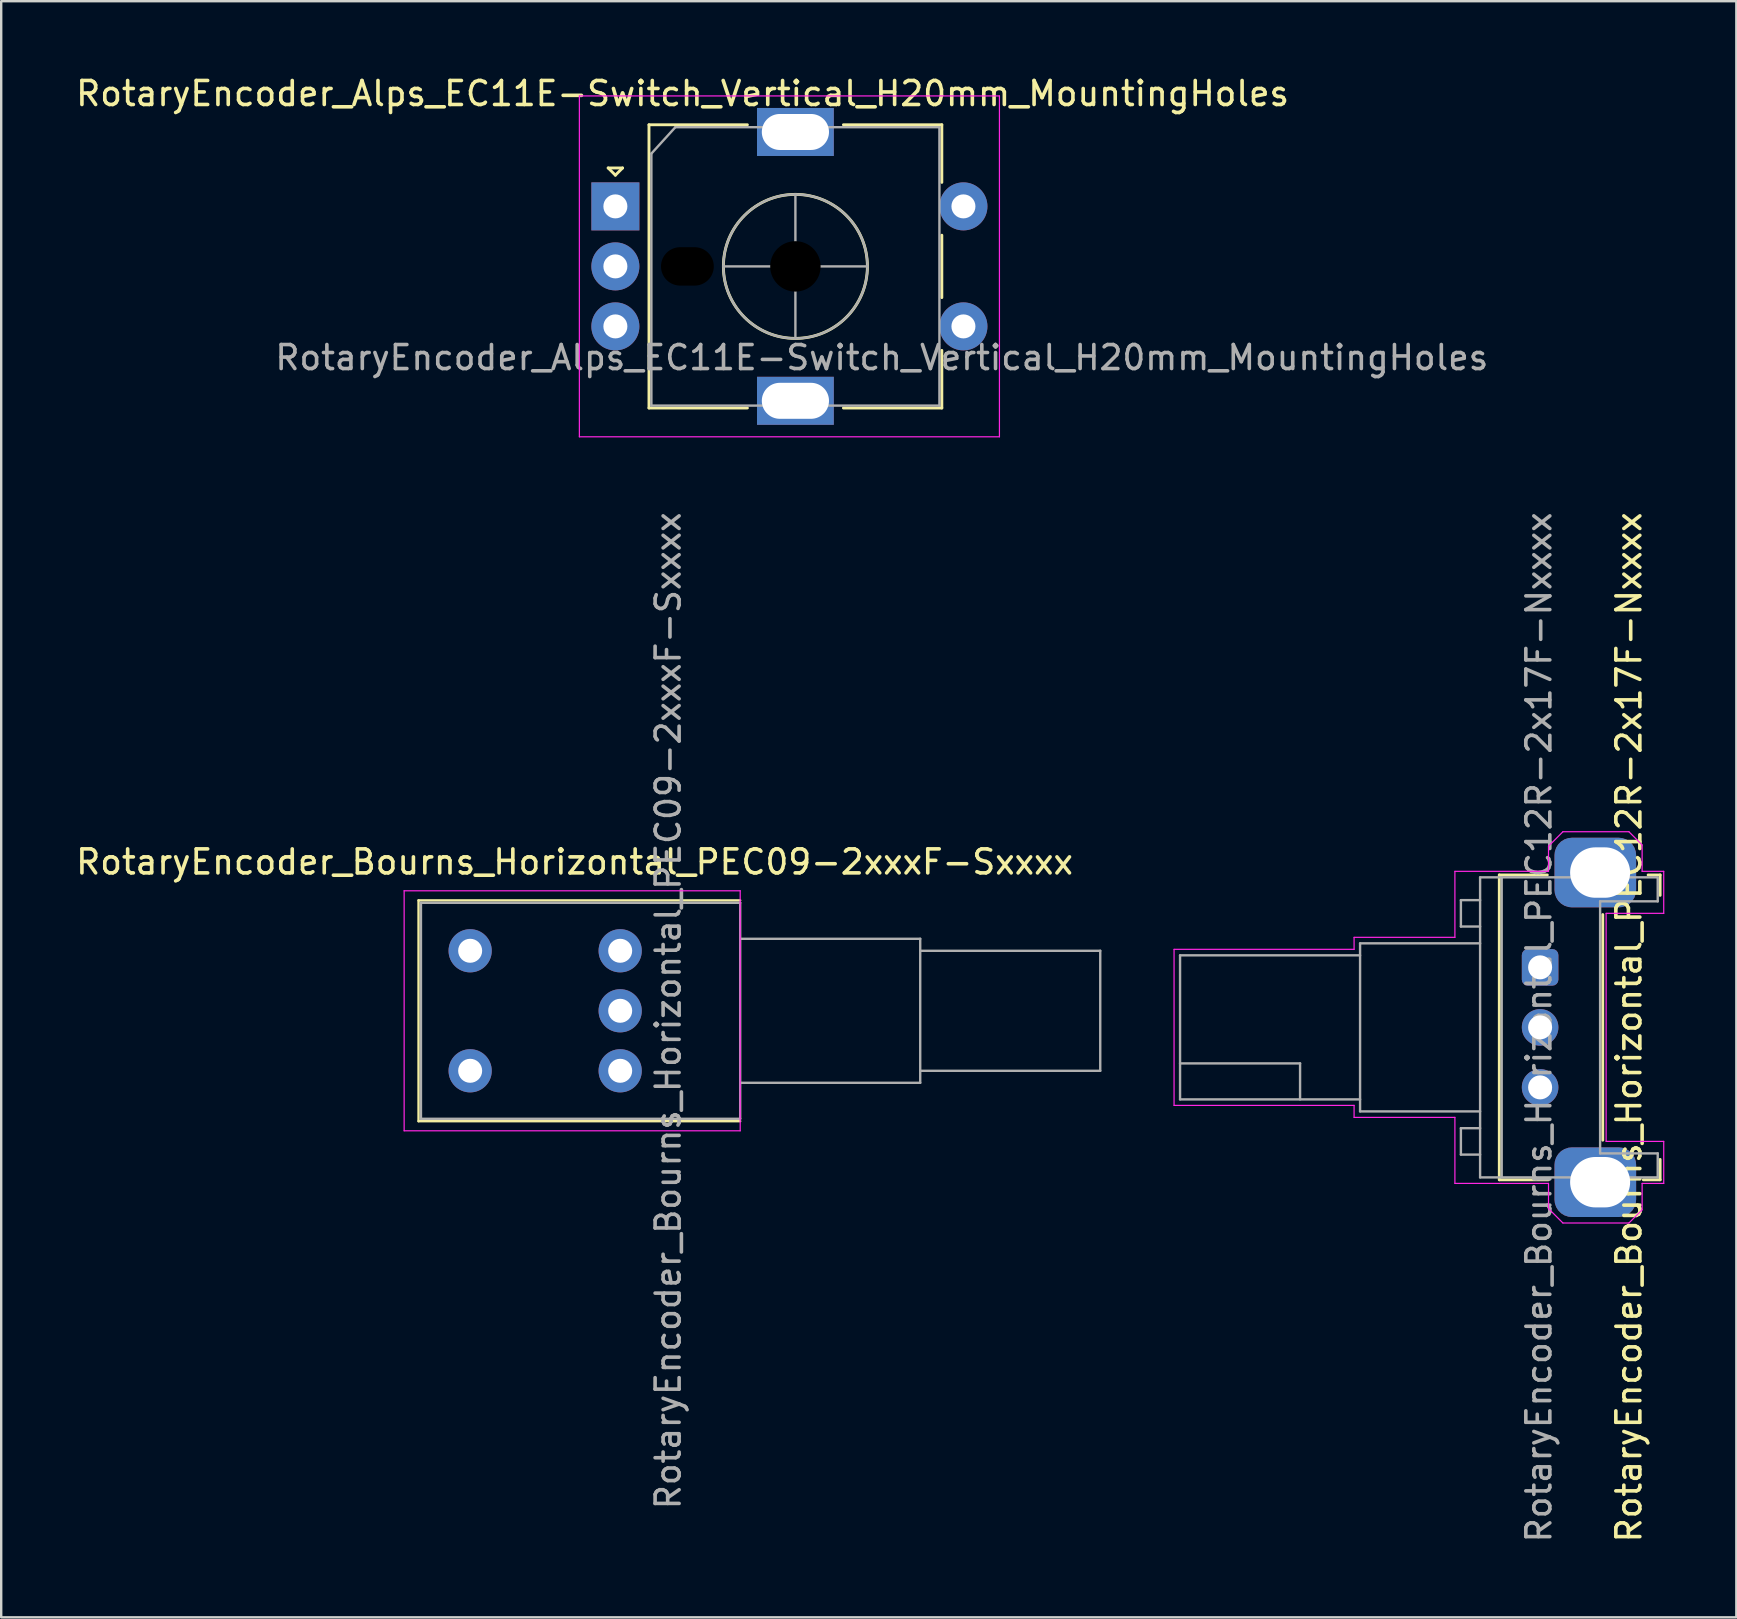
<source format=kicad_pcb>
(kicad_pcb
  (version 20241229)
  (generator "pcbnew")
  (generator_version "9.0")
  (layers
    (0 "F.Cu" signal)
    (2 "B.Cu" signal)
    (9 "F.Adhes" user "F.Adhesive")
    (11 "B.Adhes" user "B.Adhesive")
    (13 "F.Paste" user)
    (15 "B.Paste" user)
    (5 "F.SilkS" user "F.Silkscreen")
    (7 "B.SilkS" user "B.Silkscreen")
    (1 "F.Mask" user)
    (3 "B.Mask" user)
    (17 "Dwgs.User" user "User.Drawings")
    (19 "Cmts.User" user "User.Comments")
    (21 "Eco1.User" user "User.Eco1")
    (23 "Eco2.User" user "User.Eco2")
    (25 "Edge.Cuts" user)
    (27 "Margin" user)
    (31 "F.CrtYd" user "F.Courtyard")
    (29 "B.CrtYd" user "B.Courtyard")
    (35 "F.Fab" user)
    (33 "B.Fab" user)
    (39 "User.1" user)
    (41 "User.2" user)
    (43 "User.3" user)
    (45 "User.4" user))
  (footprint "RotaryEncoder_Bourns_Horizontal_PEC09-2xxxF-Sxxxx"
    (layer "F.Cu")
    (at 22.787 41.56)
    (property "Reference" "RotaryEncoder_Bourns_Horizontal_PEC09-2xxxF-Sxxxx" (at -1.9 -8.7 0) (layer "F.SilkS") (effects (font (size 1 1) (thickness 0.15))))
    (attr through_hole)
    (fp_line (start -8.4 -7.1) (end -8.4 2.1) (stroke (width 0.1) (type solid)) (layer "F.SilkS"))
    (fp_line (start -8.4 2.1) (end 5 2.1) (stroke (width 0.1) (type solid)) (layer "F.SilkS"))
    (fp_line (start 5 -7.1) (end -8.4 -7.1) (stroke (width 0.1) (type solid)) (layer "F.SilkS"))
    (fp_line (start -9 -7.5) (end 5 -7.5) (stroke (width 0.05) (type solid)) (layer "F.CrtYd"))
    (fp_line (start -9 2.5) (end -9 -7.5) (stroke (width 0.05) (type solid)) (layer "F.CrtYd"))
    (fp_line (start 5 -7.5) (end 5 2.5) (stroke (width 0.05) (type solid)) (layer "F.CrtYd"))
    (fp_line (start 5 2.5) (end -9 2.5) (stroke (width 0.05) (type solid)) (layer "F.CrtYd"))
    (fp_line (start -8.3 -7) (end -8.3 2) (stroke (width 0.1) (type solid)) (layer "F.Fab"))
    (fp_line (start 5 -7) (end -8.3 -7) (stroke (width 0.1) (type solid)) (layer "F.Fab"))
    (fp_line (start 5 -7) (end 5 2) (stroke (width 0.1) (type solid)) (layer "F.Fab"))
    (fp_line (start 5 -5.5) (end 12.5 -5.5) (stroke (width 0.1) (type solid)) (layer "F.Fab"))
    (fp_line (start 5 2) (end -8.3 2) (stroke (width 0.1) (type solid)) (layer "F.Fab"))
    (fp_line (start 12.5 -5.5) (end 12.5 0.5) (stroke (width 0.1) (type solid)) (layer "F.Fab"))
    (fp_line (start 12.5 -5) (end 20 -5) (stroke (width 0.1) (type solid)) (layer "F.Fab"))
    (fp_line (start 12.5 0.5) (end 5 0.5) (stroke (width 0.1) (type solid)) (layer "F.Fab"))
    (fp_line (start 20 -5) (end 20 0) (stroke (width 0.1) (type solid)) (layer "F.Fab"))
    (fp_line (start 20 0) (end 12.5 0) (stroke (width 0.1) (type solid)) (layer "F.Fab"))
    (fp_text user "${REFERENCE}" (at 2 -2.5 90) (layer "F.Fab") (effects (font (size 1 1) (thickness 0.15))))
    (pad "A" thru_hole circle (at 0 0) (size 1.8 1.8) (drill 1) (layers "*.Cu" "*.Mask"))
    (pad "B" thru_hole circle (at 0 -5) (size 1.8 1.8) (drill 1) (layers "*.Cu" "*.Mask"))
    (pad "C" thru_hole circle (at 0 -2.5) (size 1.8 1.8) (drill 1) (layers "*.Cu" "*.Mask"))
    (pad "S1" thru_hole circle (at -6.25 0) (size 1.8 1.8) (drill 1) (layers "*.Cu" "*.Mask"))
    (pad "S2" thru_hole circle (at -6.25 -5) (size 1.8 1.8) (drill 1) (layers "*.Cu" "*.Mask")))
  (footprint "RotaryEncoder_Alps_EC11E-Switch_Vertical_H20mm_MountingHoles"
    (layer "F.Cu")
    (at 22.587 5.548)
    (property "Reference" "RotaryEncoder_Alps_EC11E-Switch_Vertical_H20mm_MountingHoles" (at 2.8 -4.7 0) (layer "F.SilkS") (effects (font (size 1 1) (thickness 0.15))))
    (attr through_hole)
    (fp_line (start -0.3 -1.6) (end 0.3 -1.6) (stroke (width 0.12) (type solid)) (layer "F.SilkS"))
    (fp_line (start 0 -1.3) (end -0.3 -1.6) (stroke (width 0.12) (type solid)) (layer "F.SilkS"))
    (fp_line (start 0.3 -1.6) (end 0 -1.3) (stroke (width 0.12) (type solid)) (layer "F.SilkS"))
    (fp_line (start 1.4 -3.4) (end 1.4 8.4) (stroke (width 0.12) (type solid)) (layer "F.SilkS"))
    (fp_line (start 5.5 -3.4) (end 1.4 -3.4) (stroke (width 0.12) (type solid)) (layer "F.SilkS"))
    (fp_line (start 5.5 8.4) (end 1.4 8.4) (stroke (width 0.12) (type solid)) (layer "F.SilkS"))
    (fp_line (start 9.5 -3.4) (end 13.6 -3.4) (stroke (width 0.12) (type solid)) (layer "F.SilkS"))
    (fp_line (start 13.6 -3.4) (end 13.6 -1) (stroke (width 0.12) (type solid)) (layer "F.SilkS"))
    (fp_line (start 13.6 1.2) (end 13.6 3.8) (stroke (width 0.12) (type solid)) (layer "F.SilkS"))
    (fp_line (start 13.6 6) (end 13.6 8.4) (stroke (width 0.12) (type solid)) (layer "F.SilkS"))
    (fp_line (start 13.6 8.4) (end 9.5 8.4) (stroke (width 0.12) (type solid)) (layer "F.SilkS"))
    (fp_circle (center 7.5 2.5) (end 10.5 2.5) (stroke (width 0.12) (type solid)) (fill no) (layer "F.SilkS"))
    (fp_line (start -1.5 -4.6) (end -1.5 9.6) (stroke (width 0.05) (type solid)) (layer "F.CrtYd"))
    (fp_line (start -1.5 -4.6) (end 16 -4.6) (stroke (width 0.05) (type solid)) (layer "F.CrtYd"))
    (fp_line (start 16 9.6) (end -1.5 9.6) (stroke (width 0.05) (type solid)) (layer "F.CrtYd"))
    (fp_line (start 16 9.6) (end 16 -4.6) (stroke (width 0.05) (type solid)) (layer "F.CrtYd"))
    (fp_line (start 1.5 -2.2) (end 2.5 -3.3) (stroke (width 0.1) (type solid)) (layer "F.Fab"))
    (fp_line (start 1.5 8.3) (end 1.5 -2.2) (stroke (width 0.1) (type solid)) (layer "F.Fab"))
    (fp_line (start 2.5 -3.3) (end 13.5 -3.3) (stroke (width 0.1) (type solid)) (layer "F.Fab"))
    (fp_line (start 4.5 2.5) (end 10.5 2.5) (stroke (width 0.1) (type solid)) (layer "F.Fab"))
    (fp_line (start 7.5 -0.5) (end 7.5 5.5) (stroke (width 0.1) (type solid)) (layer "F.Fab"))
    (fp_line (start 13.5 -3.3) (end 13.5 8.3) (stroke (width 0.1) (type solid)) (layer "F.Fab"))
    (fp_line (start 13.5 8.3) (end 1.5 8.3) (stroke (width 0.1) (type solid)) (layer "F.Fab"))
    (fp_circle (center 7.5 2.5) (end 10.5 2.5) (stroke (width 0.1) (type solid)) (fill no) (layer "F.Fab"))
    (fp_text user "${REFERENCE}" (at 11.1 6.3 0) (layer "F.Fab") (effects (font (size 1 1) (thickness 0.15))))
    (pad "" np_thru_hole oval (at 3 2.5) (size 2.2 1.6) (drill oval 2.2 1.6) (layers "*.Mask"))
    (pad "" np_thru_hole circle (at 7.5 2.5) (size 2.1 2.1) (drill 2.1) (layers "*.Mask"))
    (pad "A" thru_hole rect (at 0 0) (size 2 2) (drill 1) (layers "*.Cu" "*.Mask"))
    (pad "B" thru_hole circle (at 0 5) (size 2 2) (drill 1) (layers "*.Cu" "*.Mask"))
    (pad "C" thru_hole circle (at 0 2.5) (size 2 2) (drill 1) (layers "*.Cu" "*.Mask"))
    (pad "MP" thru_hole rect (at 7.5 -3.1) (size 3.2 2) (drill oval 2.8 1.5) (layers "*.Cu" "*.Mask"))
    (pad "MP" thru_hole rect (at 7.5 8.1) (size 3.2 2) (drill oval 2.8 1.5) (layers "*.Cu" "*.Mask"))
    (pad "S1" thru_hole circle (at 14.5 5) (size 2 2) (drill 1) (layers "*.Cu" "*.Mask"))
    (pad "S2" thru_hole circle (at 14.5 0) (size 2 2) (drill 1) (layers "*.Cu" "*.Mask")))
  (footprint "RotaryEncoder_Bourns_Horizontal_PEC12R-2x17F-Nxxxx"
    (layer "F.Cu")
    (at 61.112 37.251)
    (property "Reference" "RotaryEncoder_Bourns_Horizontal_PEC12R-2x17F-Nxxxx" (at 3.7 2.5 270) (layer "F.SilkS") (effects (font (size 1 1) (thickness 0.15))))
    (attr through_hole)
    (fp_line (start -1.7 -3.85) (end -1.7 8.85) (stroke (width 0.12) (type solid)) (layer "F.SilkS"))
    (fp_line (start -1.7 8.85) (end 0.35 8.85) (stroke (width 0.12) (type solid)) (layer "F.SilkS"))
    (fp_line (start 0.3 -3.85) (end -1.7 -3.85) (stroke (width 0.12) (type solid)) (layer "F.SilkS"))
    (fp_line (start 2.61 -2.2) (end 2.61 7.2) (stroke (width 0.12) (type solid)) (layer "F.SilkS"))
    (fp_line (start 4.3 8.85) (end 5 8.85) (stroke (width 0.12) (type solid)) (layer "F.SilkS"))
    (fp_line (start 5 -3.85) (end 4.5 -3.85) (stroke (width 0.12) (type solid)) (layer "F.SilkS"))
    (fp_line (start 5 -3) (end 5 -3.85) (stroke (width 0.12) (type solid)) (layer "F.SilkS"))
    (fp_line (start 5 8.85) (end 5 8) (stroke (width 0.12) (type solid)) (layer "F.SilkS"))
    (fp_line (start -15.25 -0.75) (end -15.25 5.75) (stroke (width 0.05) (type default)) (layer "F.CrtYd"))
    (fp_line (start -15.25 5.75) (end -7.75 5.75) (stroke (width 0.05) (type default)) (layer "F.CrtYd"))
    (fp_line (start -7.75 -1.25) (end -3.55 -1.25) (stroke (width 0.05) (type default)) (layer "F.CrtYd"))
    (fp_line (start -7.75 -0.75) (end -15.25 -0.75) (stroke (width 0.05) (type default)) (layer "F.CrtYd"))
    (fp_line (start -7.75 -0.75) (end -7.75 -1.25) (stroke (width 0.05) (type default)) (layer "F.CrtYd"))
    (fp_line (start -7.75 5.75) (end -7.75 6.25) (stroke (width 0.05) (type default)) (layer "F.CrtYd"))
    (fp_line (start -7.75 6.25) (end -3.55 6.25) (stroke (width 0.05) (type default)) (layer "F.CrtYd"))
    (fp_line (start -3.55 -4) (end 0.35 -4) (stroke (width 0.05) (type solid)) (layer "F.CrtYd"))
    (fp_line (start -3.55 -1.25) (end -3.55 -4) (stroke (width 0.05) (type solid)) (layer "F.CrtYd"))
    (fp_line (start -3.55 9) (end -3.55 6.25) (stroke (width 0.05) (type solid)) (layer "F.CrtYd"))
    (fp_line (start 0.35 -5.05) (end 0.95 -5.65) (stroke (width 0.05) (type default)) (layer "F.CrtYd"))
    (fp_line (start 0.35 -4) (end 0.35 -5.05) (stroke (width 0.05) (type default)) (layer "F.CrtYd"))
    (fp_line (start 0.35 9) (end -3.55 9) (stroke (width 0.05) (type solid)) (layer "F.CrtYd"))
    (fp_line (start 0.35 10.05) (end 0.35 9) (stroke (width 0.05) (type default)) (layer "F.CrtYd"))
    (fp_line (start 0.35 10.05) (end 0.95 10.65) (stroke (width 0.05) (type default)) (layer "F.CrtYd"))
    (fp_line (start 2.75 -2.25) (end 5.15 -2.25) (stroke (width 0.05) (type default)) (layer "F.CrtYd"))
    (fp_line (start 2.75 7.25) (end 2.75 -2.25) (stroke (width 0.05) (type default)) (layer "F.CrtYd"))
    (fp_line (start 3.7 -5.65) (end 0.95 -5.65) (stroke (width 0.05) (type default)) (layer "F.CrtYd"))
    (fp_line (start 3.7 -5.65) (end 4.25 -5.1) (stroke (width 0.05) (type default)) (layer "F.CrtYd"))
    (fp_line (start 3.7 10.65) (end 0.95 10.65) (stroke (width 0.05) (type default)) (layer "F.CrtYd"))
    (fp_line (start 3.7 10.65) (end 4.25 10.1) (stroke (width 0.05) (type default)) (layer "F.CrtYd"))
    (fp_line (start 4.25 -4) (end 4.25 -5.1) (stroke (width 0.05) (type default)) (layer "F.CrtYd"))
    (fp_line (start 4.25 9) (end 4.25 10.1) (stroke (width 0.05) (type default)) (layer "F.CrtYd"))
    (fp_line (start 5.15 -4) (end 4.25 -4) (stroke (width 0.05) (type solid)) (layer "F.CrtYd"))
    (fp_line (start 5.15 -4) (end 5.15 -2.25) (stroke (width 0.05) (type solid)) (layer "F.CrtYd"))
    (fp_line (start 5.15 7.25) (end 2.75 7.25) (stroke (width 0.05) (type default)) (layer "F.CrtYd"))
    (fp_line (start 5.15 7.25) (end 5.15 9) (stroke (width 0.05) (type solid)) (layer "F.CrtYd"))
    (fp_line (start 5.15 9) (end 4.25 9) (stroke (width 0.05) (type solid)) (layer "F.CrtYd"))
    (fp_line (start -15 -0.5) (end -15 5.5) (stroke (width 0.1) (type default)) (layer "F.Fab"))
    (fp_line (start -15 4) (end -10 4) (stroke (width 0.1) (type default)) (layer "F.Fab"))
    (fp_line (start -15 5.5) (end -7.5 5.5) (stroke (width 0.1) (type solid)) (layer "F.Fab"))
    (fp_line (start -10 4) (end -10 5.5) (stroke (width 0.1) (type default)) (layer "F.Fab"))
    (fp_line (start -7.5 -1) (end -7.5 6) (stroke (width 0.1) (type default)) (layer "F.Fab"))
    (fp_line (start -7.5 -1) (end -2.5 -1) (stroke (width 0.1) (type default)) (layer "F.Fab"))
    (fp_line (start -7.5 -0.5) (end -15 -0.5) (stroke (width 0.1) (type solid)) (layer "F.Fab"))
    (fp_line (start -7.5 6) (end -2.5 6) (stroke (width 0.1) (type default)) (layer "F.Fab"))
    (fp_line (start -3.3 -2.8) (end -2.5 -2.8) (stroke (width 0.1) (type default)) (layer "F.Fab"))
    (fp_line (start -3.3 -1.7) (end -3.3 -2.8) (stroke (width 0.1) (type default)) (layer "F.Fab"))
    (fp_line (start -3.3 6.7) (end -2.5 6.7) (stroke (width 0.1) (type default)) (layer "F.Fab"))
    (fp_line (start -3.3 7.8) (end -3.3 6.7) (stroke (width 0.1) (type default)) (layer "F.Fab"))
    (fp_line (start -2.5 -3.75) (end 4.9 -3.75) (stroke (width 0.1) (type solid)) (layer "F.Fab"))
    (fp_line (start -2.5 -1.7) (end -3.3 -1.7) (stroke (width 0.1) (type default)) (layer "F.Fab"))
    (fp_line (start -2.5 7.8) (end -3.3 7.8) (stroke (width 0.1) (type default)) (layer "F.Fab"))
    (fp_line (start -2.5 8.75) (end -2.5 -3.75) (stroke (width 0.1) (type solid)) (layer "F.Fab"))
    (fp_line (start -1.6 8.75) (end -1.6 -3.75) (stroke (width 0.1) (type solid)) (layer "F.Fab"))
    (fp_line (start 2.5 -2.75) (end 4.9 -2.75) (stroke (width 0.1) (type default)) (layer "F.Fab"))
    (fp_line (start 2.5 7.75) (end 2.5 -2.75) (stroke (width 0.1) (type default)) (layer "F.Fab"))
    (fp_line (start 2.5 7.75) (end 4.9 7.75) (stroke (width 0.1) (type default)) (layer "F.Fab"))
    (fp_line (start 4.9 -3.7) (end 4.9 -2.75) (stroke (width 0.1) (type solid)) (layer "F.Fab"))
    (fp_line (start 4.9 7.75) (end 4.9 8.75) (stroke (width 0.1) (type solid)) (layer "F.Fab"))
    (fp_line (start 4.9 8.75) (end -2.5 8.75) (stroke (width 0.1) (type solid)) (layer "F.Fab"))
    (fp_text user "${REFERENCE}" (at -0.05 2.5 90) (layer "F.Fab") (effects (font (size 1 1) (thickness 0.15))))
    (pad "A" thru_hole roundrect (at 0 0 270) (size 1.524 1.524) (drill 1) (layers "*.Cu" "*.Mask") (roundrect_rratio 0.164))
    (pad "B" thru_hole circle (at 0 5 270) (size 1.524 1.524) (drill 1) (layers "*.Cu" "*.Mask"))
    (pad "C" thru_hole circle (at 0 2.5 270) (size 1.524 1.524) (drill 1) (layers "*.Cu" "*.Mask"))
    (pad "SH" thru_hole roundrect (at 2.5 -3.95 180) (size 3.4 2.9) (drill oval 2.5 2.1 (offset 0.2 0)) (layers "*.Cu" "*.Mask") (roundrect_rratio 0.25))
    (pad "SH" thru_hole roundrect (at 2.5 8.95 180) (size 3.4 2.9) (drill oval 2.5 2.1 (offset 0.2 0)) (layers "*.Cu" "*.Mask") (roundrect_rratio 0.25))
    (zone (net_name "") (layer "F.Cu") (name "Shell contact") (hatch edge 0.5) (connect_pads) (min_thickness 0.25) (filled_areas_thickness no) (keepout (tracks not_allowed) (vias not_allowed) (pads not_allowed) (copperpour not_allowed) (footprints not_allowed)) (placement (enabled no)) (fill) (polygon (pts (xy 60.762 34.501) (xy 60.762 33.251) (xy 59.262 33.251) (xy 59.262 34.501))))
    (zone (net_name "") (layer "F.Cu") (name "Shell contact") (hatch edge 0.5) (connect_pads) (min_thickness 0.25) (filled_areas_thickness no) (keepout (tracks not_allowed) (vias not_allowed) (pads not_allowed) (copperpour not_allowed) (footprints not_allowed)) (placement (enabled no)) (fill) (polygon (pts (xy 60.762 46.251) (xy 60.762 45.001) (xy 59.262 45.001) (xy 59.262 46.251))))
    (zone (net_name "") (layer "F.Cu") (name "Shell contact") (hatch edge 0.5) (connect_pads) (min_thickness 0.25) (filled_areas_thickness no) (keepout (tracks not_allowed) (vias not_allowed) (pads not_allowed) (copperpour not_allowed) (footprints not_allowed)) (placement (enabled no)) (fill) (polygon (pts (xy 66.112 34.501) (xy 66.112 33.251) (xy 65.112 33.251) (xy 65.112 34.501))))
    (zone (net_name "") (layer "F.Cu") (name "Shell contact") (hatch edge 0.5) (connect_pads) (min_thickness 0.25) (filled_areas_thickness no) (keepout (tracks not_allowed) (vias not_allowed) (pads not_allowed) (copperpour not_allowed) (footprints not_allowed)) (placement (enabled no)) (fill) (polygon (pts (xy 66.112 46.251) (xy 66.112 45.001) (xy 65.112 45.001) (xy 65.112 46.251)))))
  (gr_rect
    (start -3 -3)
    (end 69.287 64.328)
    (stroke (width 0.1) (type default))
    (fill no)
    (layer "Edge.Cuts")))
</source>
